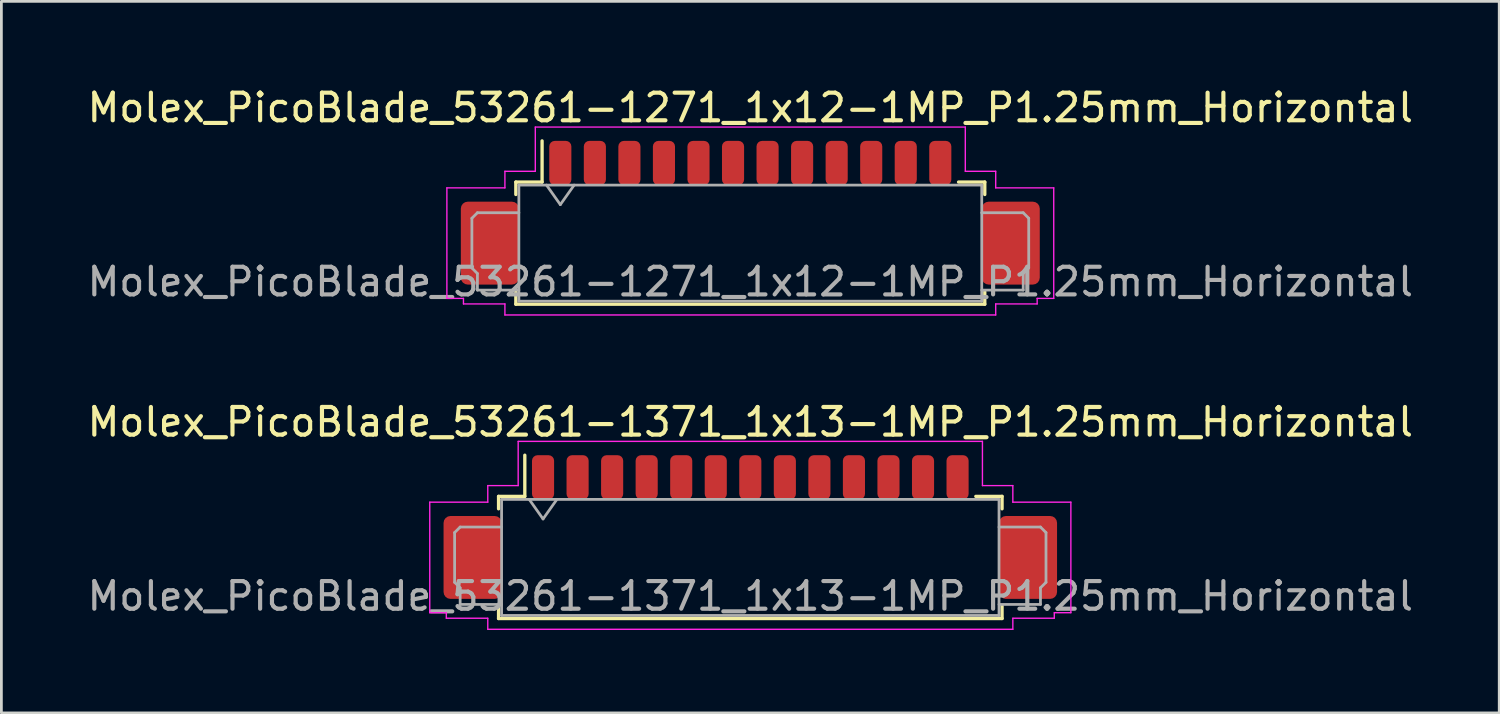
<source format=kicad_pcb>
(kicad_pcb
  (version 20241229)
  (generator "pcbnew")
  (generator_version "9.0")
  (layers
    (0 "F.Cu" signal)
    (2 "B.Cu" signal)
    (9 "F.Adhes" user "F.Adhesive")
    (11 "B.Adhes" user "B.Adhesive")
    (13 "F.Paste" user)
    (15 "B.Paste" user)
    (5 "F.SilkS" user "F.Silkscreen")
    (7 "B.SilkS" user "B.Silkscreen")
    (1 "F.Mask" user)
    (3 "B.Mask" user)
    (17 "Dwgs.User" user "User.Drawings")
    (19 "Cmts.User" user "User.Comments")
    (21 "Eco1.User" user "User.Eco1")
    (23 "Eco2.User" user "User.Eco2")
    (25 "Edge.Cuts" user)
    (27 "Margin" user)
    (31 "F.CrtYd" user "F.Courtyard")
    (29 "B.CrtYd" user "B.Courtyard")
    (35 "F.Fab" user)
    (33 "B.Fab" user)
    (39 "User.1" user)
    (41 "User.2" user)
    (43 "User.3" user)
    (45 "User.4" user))
  (footprint "Molex_PicoBlade_53261-1371_1x13-1MP_P1.25mm_Horizontal"
    (layer "F.Cu")
    (at 24.101 16.622)
    (property "Reference" "Molex_PicoBlade_53261-1371_1x13-1MP_P1.25mm_Horizontal" (at 0 -4.4 0) (layer "F.SilkS") (effects (font (size 1 1) (thickness 0.15))))
    (attr smd)
    (fp_line (start -9.11 -1.71) (end -8.16 -1.71) (stroke (width 0.12) (type solid)) (layer "F.SilkS"))
    (fp_line (start -9.11 -1.26) (end -9.11 -1.71) (stroke (width 0.12) (type solid)) (layer "F.SilkS"))
    (fp_line (start -9.11 2.26) (end -9.11 2.71) (stroke (width 0.12) (type solid)) (layer "F.SilkS"))
    (fp_line (start -9.11 2.71) (end 9.11 2.71) (stroke (width 0.12) (type solid)) (layer "F.SilkS"))
    (fp_line (start -8.16 -1.71) (end -8.16 -3.2) (stroke (width 0.12) (type solid)) (layer "F.SilkS"))
    (fp_line (start 9.11 -1.71) (end 8.16 -1.71) (stroke (width 0.12) (type solid)) (layer "F.SilkS"))
    (fp_line (start 9.11 -1.26) (end 9.11 -1.71) (stroke (width 0.12) (type solid)) (layer "F.SilkS"))
    (fp_line (start 9.11 2.71) (end 9.11 2.26) (stroke (width 0.12) (type solid)) (layer "F.SilkS"))
    (fp_line (start -11.6 -1.5) (end -9.5 -1.5) (stroke (width 0.05) (type solid)) (layer "F.CrtYd"))
    (fp_line (start -11.6 2.5) (end -11.6 -1.5) (stroke (width 0.05) (type solid)) (layer "F.CrtYd"))
    (fp_line (start -11 2.5) (end -11.6 2.5) (stroke (width 0.05) (type solid)) (layer "F.CrtYd"))
    (fp_line (start -11 2.7) (end -11 2.5) (stroke (width 0.05) (type solid)) (layer "F.CrtYd"))
    (fp_line (start -9.5 -2.1) (end -8.4 -2.1) (stroke (width 0.05) (type solid)) (layer "F.CrtYd"))
    (fp_line (start -9.5 -1.5) (end -9.5 -2.1) (stroke (width 0.05) (type solid)) (layer "F.CrtYd"))
    (fp_line (start -9.5 2.7) (end -11 2.7) (stroke (width 0.05) (type solid)) (layer "F.CrtYd"))
    (fp_line (start -9.5 3.1) (end -9.5 2.7) (stroke (width 0.05) (type solid)) (layer "F.CrtYd"))
    (fp_line (start -8.4 -3.7) (end 8.4 -3.7) (stroke (width 0.05) (type solid)) (layer "F.CrtYd"))
    (fp_line (start -8.4 -2.1) (end -8.4 -3.7) (stroke (width 0.05) (type solid)) (layer "F.CrtYd"))
    (fp_line (start 8.4 -3.7) (end 8.4 -2.1) (stroke (width 0.05) (type solid)) (layer "F.CrtYd"))
    (fp_line (start 8.4 -2.1) (end 9.5 -2.1) (stroke (width 0.05) (type solid)) (layer "F.CrtYd"))
    (fp_line (start 9.5 -2.1) (end 9.5 -1.5) (stroke (width 0.05) (type solid)) (layer "F.CrtYd"))
    (fp_line (start 9.5 -1.5) (end 11.6 -1.5) (stroke (width 0.05) (type solid)) (layer "F.CrtYd"))
    (fp_line (start 9.5 2.7) (end 9.5 3.1) (stroke (width 0.05) (type solid)) (layer "F.CrtYd"))
    (fp_line (start 9.5 3.1) (end -9.5 3.1) (stroke (width 0.05) (type solid)) (layer "F.CrtYd"))
    (fp_line (start 11 2.5) (end 11 2.7) (stroke (width 0.05) (type solid)) (layer "F.CrtYd"))
    (fp_line (start 11 2.7) (end 9.5 2.7) (stroke (width 0.05) (type solid)) (layer "F.CrtYd"))
    (fp_line (start 11.6 -1.5) (end 11.6 2.5) (stroke (width 0.05) (type solid)) (layer "F.CrtYd"))
    (fp_line (start 11.6 2.5) (end 11 2.5) (stroke (width 0.05) (type solid)) (layer "F.CrtYd"))
    (fp_line (start -10.7 -0.4) (end -10.7 1.4) (stroke (width 0.1) (type solid)) (layer "F.Fab"))
    (fp_line (start -10.7 1.4) (end -10.5 1.6) (stroke (width 0.1) (type solid)) (layer "F.Fab"))
    (fp_line (start -10.5 -0.6) (end -10.7 -0.4) (stroke (width 0.1) (type solid)) (layer "F.Fab"))
    (fp_line (start -10.5 1.6) (end -10.5 2.2) (stroke (width 0.1) (type solid)) (layer "F.Fab"))
    (fp_line (start -10.5 2.2) (end -9 2.2) (stroke (width 0.1) (type solid)) (layer "F.Fab"))
    (fp_line (start -9 -1.6) (end -9 2.6) (stroke (width 0.1) (type solid)) (layer "F.Fab"))
    (fp_line (start -9 -1.6) (end 9 -1.6) (stroke (width 0.1) (type solid)) (layer "F.Fab"))
    (fp_line (start -9 -0.6) (end -10.5 -0.6) (stroke (width 0.1) (type solid)) (layer "F.Fab"))
    (fp_line (start -9 2.6) (end 9 2.6) (stroke (width 0.1) (type solid)) (layer "F.Fab"))
    (fp_line (start -8 -1.6) (end -7.5 -0.893) (stroke (width 0.1) (type solid)) (layer "F.Fab"))
    (fp_line (start -7.5 -0.893) (end -7 -1.6) (stroke (width 0.1) (type solid)) (layer "F.Fab"))
    (fp_line (start 9 -1.6) (end 9 2.6) (stroke (width 0.1) (type solid)) (layer "F.Fab"))
    (fp_line (start 9 -0.6) (end 10.5 -0.6) (stroke (width 0.1) (type solid)) (layer "F.Fab"))
    (fp_line (start 10.5 -0.6) (end 10.7 -0.4) (stroke (width 0.1) (type solid)) (layer "F.Fab"))
    (fp_line (start 10.5 1.6) (end 10.5 2.2) (stroke (width 0.1) (type solid)) (layer "F.Fab"))
    (fp_line (start 10.5 2.2) (end 9 2.2) (stroke (width 0.1) (type solid)) (layer "F.Fab"))
    (fp_line (start 10.7 -0.4) (end 10.7 1.4) (stroke (width 0.1) (type solid)) (layer "F.Fab"))
    (fp_line (start 10.7 1.4) (end 10.5 1.6) (stroke (width 0.1) (type solid)) (layer "F.Fab"))
    (fp_text user "${REFERENCE}" (at 0 1.9 0) (layer "F.Fab") (effects (font (size 1 1) (thickness 0.15))))
    (pad "1" smd roundrect (at -7.5 -2.4) (size 0.8 1.6) (layers "F.Cu" "F.Mask" "F.Paste") (roundrect_rratio 0.25))
    (pad "2" smd roundrect (at -6.25 -2.4) (size 0.8 1.6) (layers "F.Cu" "F.Mask" "F.Paste") (roundrect_rratio 0.25))
    (pad "3" smd roundrect (at -5 -2.4) (size 0.8 1.6) (layers "F.Cu" "F.Mask" "F.Paste") (roundrect_rratio 0.25))
    (pad "4" smd roundrect (at -3.75 -2.4) (size 0.8 1.6) (layers "F.Cu" "F.Mask" "F.Paste") (roundrect_rratio 0.25))
    (pad "5" smd roundrect (at -2.5 -2.4) (size 0.8 1.6) (layers "F.Cu" "F.Mask" "F.Paste") (roundrect_rratio 0.25))
    (pad "6" smd roundrect (at -1.25 -2.4) (size 0.8 1.6) (layers "F.Cu" "F.Mask" "F.Paste") (roundrect_rratio 0.25))
    (pad "7" smd roundrect (at 0 -2.4) (size 0.8 1.6) (layers "F.Cu" "F.Mask" "F.Paste") (roundrect_rratio 0.25))
    (pad "8" smd roundrect (at 1.25 -2.4) (size 0.8 1.6) (layers "F.Cu" "F.Mask" "F.Paste") (roundrect_rratio 0.25))
    (pad "9" smd roundrect (at 2.5 -2.4) (size 0.8 1.6) (layers "F.Cu" "F.Mask" "F.Paste") (roundrect_rratio 0.25))
    (pad "10" smd roundrect (at 3.75 -2.4) (size 0.8 1.6) (layers "F.Cu" "F.Mask" "F.Paste") (roundrect_rratio 0.25))
    (pad "11" smd roundrect (at 5 -2.4) (size 0.8 1.6) (layers "F.Cu" "F.Mask" "F.Paste") (roundrect_rratio 0.25))
    (pad "12" smd roundrect (at 6.25 -2.4) (size 0.8 1.6) (layers "F.Cu" "F.Mask" "F.Paste") (roundrect_rratio 0.25))
    (pad "13" smd roundrect (at 7.5 -2.4) (size 0.8 1.6) (layers "F.Cu" "F.Mask" "F.Paste") (roundrect_rratio 0.25))
    (pad "MP" smd roundrect (at -10.05 0.5) (size 2.1 3) (layers "F.Cu" "F.Mask" "F.Paste") (roundrect_rratio 0.119))
    (pad "MP" smd roundrect (at 10.05 0.5) (size 2.1 3) (layers "F.Cu" "F.Mask" "F.Paste") (roundrect_rratio 0.119)))
  (footprint "Molex_PicoBlade_53261-1271_1x12-1MP_P1.25mm_Horizontal"
    (layer "F.Cu")
    (at 24.101 5.248)
    (property "Reference" "Molex_PicoBlade_53261-1271_1x12-1MP_P1.25mm_Horizontal" (at 0 -4.4 0) (layer "F.SilkS") (effects (font (size 1 1) (thickness 0.15))))
    (attr smd)
    (fp_line (start -8.485 -1.71) (end -7.535 -1.71) (stroke (width 0.12) (type solid)) (layer "F.SilkS"))
    (fp_line (start -8.485 -1.26) (end -8.485 -1.71) (stroke (width 0.12) (type solid)) (layer "F.SilkS"))
    (fp_line (start -8.485 2.26) (end -8.485 2.71) (stroke (width 0.12) (type solid)) (layer "F.SilkS"))
    (fp_line (start -8.485 2.71) (end 8.485 2.71) (stroke (width 0.12) (type solid)) (layer "F.SilkS"))
    (fp_line (start -7.535 -1.71) (end -7.535 -3.2) (stroke (width 0.12) (type solid)) (layer "F.SilkS"))
    (fp_line (start 8.485 -1.71) (end 7.535 -1.71) (stroke (width 0.12) (type solid)) (layer "F.SilkS"))
    (fp_line (start 8.485 -1.26) (end 8.485 -1.71) (stroke (width 0.12) (type solid)) (layer "F.SilkS"))
    (fp_line (start 8.485 2.71) (end 8.485 2.26) (stroke (width 0.12) (type solid)) (layer "F.SilkS"))
    (fp_line (start -10.98 -1.5) (end -8.88 -1.5) (stroke (width 0.05) (type solid)) (layer "F.CrtYd"))
    (fp_line (start -10.98 2.5) (end -10.98 -1.5) (stroke (width 0.05) (type solid)) (layer "F.CrtYd"))
    (fp_line (start -10.38 2.5) (end -10.98 2.5) (stroke (width 0.05) (type solid)) (layer "F.CrtYd"))
    (fp_line (start -10.38 2.7) (end -10.38 2.5) (stroke (width 0.05) (type solid)) (layer "F.CrtYd"))
    (fp_line (start -8.88 -2.1) (end -7.78 -2.1) (stroke (width 0.05) (type solid)) (layer "F.CrtYd"))
    (fp_line (start -8.88 -1.5) (end -8.88 -2.1) (stroke (width 0.05) (type solid)) (layer "F.CrtYd"))
    (fp_line (start -8.88 2.7) (end -10.38 2.7) (stroke (width 0.05) (type solid)) (layer "F.CrtYd"))
    (fp_line (start -8.88 3.1) (end -8.88 2.7) (stroke (width 0.05) (type solid)) (layer "F.CrtYd"))
    (fp_line (start -7.78 -3.7) (end 7.78 -3.7) (stroke (width 0.05) (type solid)) (layer "F.CrtYd"))
    (fp_line (start -7.78 -2.1) (end -7.78 -3.7) (stroke (width 0.05) (type solid)) (layer "F.CrtYd"))
    (fp_line (start 7.78 -3.7) (end 7.78 -2.1) (stroke (width 0.05) (type solid)) (layer "F.CrtYd"))
    (fp_line (start 7.78 -2.1) (end 8.88 -2.1) (stroke (width 0.05) (type solid)) (layer "F.CrtYd"))
    (fp_line (start 8.88 -2.1) (end 8.88 -1.5) (stroke (width 0.05) (type solid)) (layer "F.CrtYd"))
    (fp_line (start 8.88 -1.5) (end 10.98 -1.5) (stroke (width 0.05) (type solid)) (layer "F.CrtYd"))
    (fp_line (start 8.88 2.7) (end 8.88 3.1) (stroke (width 0.05) (type solid)) (layer "F.CrtYd"))
    (fp_line (start 8.88 3.1) (end -8.88 3.1) (stroke (width 0.05) (type solid)) (layer "F.CrtYd"))
    (fp_line (start 10.38 2.5) (end 10.38 2.7) (stroke (width 0.05) (type solid)) (layer "F.CrtYd"))
    (fp_line (start 10.38 2.7) (end 8.88 2.7) (stroke (width 0.05) (type solid)) (layer "F.CrtYd"))
    (fp_line (start 10.98 -1.5) (end 10.98 2.5) (stroke (width 0.05) (type solid)) (layer "F.CrtYd"))
    (fp_line (start 10.98 2.5) (end 10.38 2.5) (stroke (width 0.05) (type solid)) (layer "F.CrtYd"))
    (fp_line (start -10.075 -0.4) (end -10.075 1.4) (stroke (width 0.1) (type solid)) (layer "F.Fab"))
    (fp_line (start -10.075 1.4) (end -9.875 1.6) (stroke (width 0.1) (type solid)) (layer "F.Fab"))
    (fp_line (start -9.875 -0.6) (end -10.075 -0.4) (stroke (width 0.1) (type solid)) (layer "F.Fab"))
    (fp_line (start -9.875 1.6) (end -9.875 2.2) (stroke (width 0.1) (type solid)) (layer "F.Fab"))
    (fp_line (start -9.875 2.2) (end -8.375 2.2) (stroke (width 0.1) (type solid)) (layer "F.Fab"))
    (fp_line (start -8.375 -1.6) (end -8.375 2.6) (stroke (width 0.1) (type solid)) (layer "F.Fab"))
    (fp_line (start -8.375 -1.6) (end 8.375 -1.6) (stroke (width 0.1) (type solid)) (layer "F.Fab"))
    (fp_line (start -8.375 -0.6) (end -9.875 -0.6) (stroke (width 0.1) (type solid)) (layer "F.Fab"))
    (fp_line (start -8.375 2.6) (end 8.375 2.6) (stroke (width 0.1) (type solid)) (layer "F.Fab"))
    (fp_line (start -7.375 -1.6) (end -6.875 -0.893) (stroke (width 0.1) (type solid)) (layer "F.Fab"))
    (fp_line (start -6.875 -0.893) (end -6.375 -1.6) (stroke (width 0.1) (type solid)) (layer "F.Fab"))
    (fp_line (start 8.375 -1.6) (end 8.375 2.6) (stroke (width 0.1) (type solid)) (layer "F.Fab"))
    (fp_line (start 8.375 -0.6) (end 9.875 -0.6) (stroke (width 0.1) (type solid)) (layer "F.Fab"))
    (fp_line (start 9.875 -0.6) (end 10.075 -0.4) (stroke (width 0.1) (type solid)) (layer "F.Fab"))
    (fp_line (start 9.875 1.6) (end 9.875 2.2) (stroke (width 0.1) (type solid)) (layer "F.Fab"))
    (fp_line (start 9.875 2.2) (end 8.375 2.2) (stroke (width 0.1) (type solid)) (layer "F.Fab"))
    (fp_line (start 10.075 -0.4) (end 10.075 1.4) (stroke (width 0.1) (type solid)) (layer "F.Fab"))
    (fp_line (start 10.075 1.4) (end 9.875 1.6) (stroke (width 0.1) (type solid)) (layer "F.Fab"))
    (fp_text user "${REFERENCE}" (at 0 1.9 0) (layer "F.Fab") (effects (font (size 1 1) (thickness 0.15))))
    (pad "1" smd roundrect (at -6.875 -2.4) (size 0.8 1.6) (layers "F.Cu" "F.Mask" "F.Paste") (roundrect_rratio 0.25))
    (pad "2" smd roundrect (at -5.625 -2.4) (size 0.8 1.6) (layers "F.Cu" "F.Mask" "F.Paste") (roundrect_rratio 0.25))
    (pad "3" smd roundrect (at -4.375 -2.4) (size 0.8 1.6) (layers "F.Cu" "F.Mask" "F.Paste") (roundrect_rratio 0.25))
    (pad "4" smd roundrect (at -3.125 -2.4) (size 0.8 1.6) (layers "F.Cu" "F.Mask" "F.Paste") (roundrect_rratio 0.25))
    (pad "5" smd roundrect (at -1.875 -2.4) (size 0.8 1.6) (layers "F.Cu" "F.Mask" "F.Paste") (roundrect_rratio 0.25))
    (pad "6" smd roundrect (at -0.625 -2.4) (size 0.8 1.6) (layers "F.Cu" "F.Mask" "F.Paste") (roundrect_rratio 0.25))
    (pad "7" smd roundrect (at 0.625 -2.4) (size 0.8 1.6) (layers "F.Cu" "F.Mask" "F.Paste") (roundrect_rratio 0.25))
    (pad "8" smd roundrect (at 1.875 -2.4) (size 0.8 1.6) (layers "F.Cu" "F.Mask" "F.Paste") (roundrect_rratio 0.25))
    (pad "9" smd roundrect (at 3.125 -2.4) (size 0.8 1.6) (layers "F.Cu" "F.Mask" "F.Paste") (roundrect_rratio 0.25))
    (pad "10" smd roundrect (at 4.375 -2.4) (size 0.8 1.6) (layers "F.Cu" "F.Mask" "F.Paste") (roundrect_rratio 0.25))
    (pad "11" smd roundrect (at 5.625 -2.4) (size 0.8 1.6) (layers "F.Cu" "F.Mask" "F.Paste") (roundrect_rratio 0.25))
    (pad "12" smd roundrect (at 6.875 -2.4) (size 0.8 1.6) (layers "F.Cu" "F.Mask" "F.Paste") (roundrect_rratio 0.25))
    (pad "MP" smd roundrect (at -9.425 0.5) (size 2.1 3) (layers "F.Cu" "F.Mask" "F.Paste") (roundrect_rratio 0.119))
    (pad "MP" smd roundrect (at 9.425 0.5) (size 2.1 3) (layers "F.Cu" "F.Mask" "F.Paste") (roundrect_rratio 0.119)))
  (gr_rect
    (start -3 -3)
    (end 51.202 22.747)
    (stroke (width 0.1) (type default))
    (fill no)
    (layer "Edge.Cuts")))
</source>
